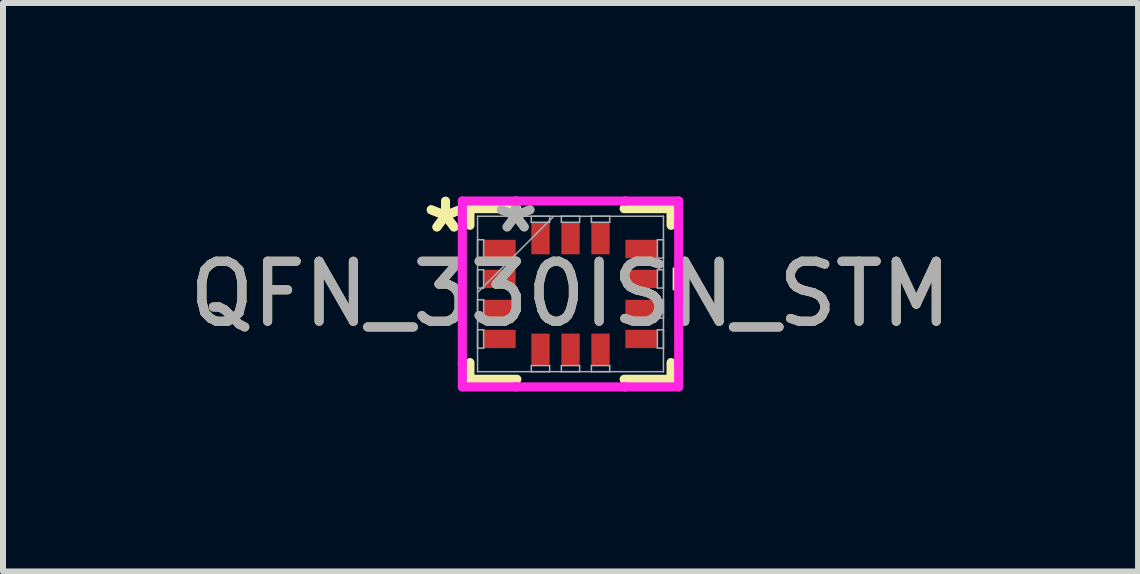
<source format=kicad_pcb>
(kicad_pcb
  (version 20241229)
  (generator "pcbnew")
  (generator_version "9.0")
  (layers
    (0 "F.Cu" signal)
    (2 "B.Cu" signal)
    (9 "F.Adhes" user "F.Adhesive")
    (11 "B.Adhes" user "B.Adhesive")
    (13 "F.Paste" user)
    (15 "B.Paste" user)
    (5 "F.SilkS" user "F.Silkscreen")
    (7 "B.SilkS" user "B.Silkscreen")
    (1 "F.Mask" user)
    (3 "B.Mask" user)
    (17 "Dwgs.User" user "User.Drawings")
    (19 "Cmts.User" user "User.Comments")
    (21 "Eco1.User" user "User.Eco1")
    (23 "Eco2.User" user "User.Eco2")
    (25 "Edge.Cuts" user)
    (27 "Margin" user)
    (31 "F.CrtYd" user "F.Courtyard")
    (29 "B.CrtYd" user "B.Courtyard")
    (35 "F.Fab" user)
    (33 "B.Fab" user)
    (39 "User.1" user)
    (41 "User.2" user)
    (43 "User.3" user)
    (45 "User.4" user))
  (footprint "QFN_330ISN_STM"
    (layer "F.Cu")
    (at 6.458 1.849)
    (property "Reference" "QFN_330ISN_STM" (at 0 0 0) (unlocked yes) (layer "F.SilkS") (effects (font (size 1 1) (thickness 0.15))))
    (attr smd)
    (fp_line (start -1.676 -1.422) (end -1.676 -1.144) (stroke (width 0.152) (type solid)) (layer "F.SilkS"))
    (fp_line (start -1.676 1.144) (end -1.676 1.422) (stroke (width 0.152) (type solid)) (layer "F.SilkS"))
    (fp_line (start -1.676 1.422) (end -0.894 1.422) (stroke (width 0.152) (type solid)) (layer "F.SilkS"))
    (fp_line (start -0.894 -1.422) (end -1.676 -1.422) (stroke (width 0.152) (type solid)) (layer "F.SilkS"))
    (fp_line (start 0.894 1.422) (end 1.676 1.422) (stroke (width 0.152) (type solid)) (layer "F.SilkS"))
    (fp_line (start 1.676 -1.422) (end 0.894 -1.422) (stroke (width 0.152) (type solid)) (layer "F.SilkS"))
    (fp_line (start 1.676 -1.144) (end 1.676 -1.422) (stroke (width 0.152) (type solid)) (layer "F.SilkS"))
    (fp_line (start 1.676 1.422) (end 1.676 1.144) (stroke (width 0.152) (type solid)) (layer "F.SilkS"))
    (fp_poly (pts (xy 1.956 -0.441) (xy 1.956 -0.06) (xy 1.702 -0.06) (xy 1.702 -0.441)) (stroke (width 0) (type solid)) (fill yes) (layer "F.SilkS"))
    (fp_line (start -1.803 -1.549) (end -0.907 -1.549) (stroke (width 0.152) (type solid)) (layer "F.CrtYd"))
    (fp_line (start -1.803 -1.157) (end -1.803 -1.549) (stroke (width 0.152) (type solid)) (layer "F.CrtYd"))
    (fp_line (start -1.803 -1.157) (end -1.803 -1.157) (stroke (width 0.152) (type solid)) (layer "F.CrtYd"))
    (fp_line (start -1.803 1.157) (end -1.803 -1.157) (stroke (width 0.152) (type solid)) (layer "F.CrtYd"))
    (fp_line (start -1.803 1.157) (end -1.803 1.157) (stroke (width 0.152) (type solid)) (layer "F.CrtYd"))
    (fp_line (start -1.803 1.549) (end -1.803 1.157) (stroke (width 0.152) (type solid)) (layer "F.CrtYd"))
    (fp_line (start -0.907 -1.549) (end -0.907 -1.549) (stroke (width 0.152) (type solid)) (layer "F.CrtYd"))
    (fp_line (start -0.907 -1.549) (end 0.907 -1.549) (stroke (width 0.152) (type solid)) (layer "F.CrtYd"))
    (fp_line (start -0.907 1.549) (end -1.803 1.549) (stroke (width 0.152) (type solid)) (layer "F.CrtYd"))
    (fp_line (start -0.907 1.549) (end -0.907 1.549) (stroke (width 0.152) (type solid)) (layer "F.CrtYd"))
    (fp_line (start 0.907 -1.549) (end 0.907 -1.549) (stroke (width 0.152) (type solid)) (layer "F.CrtYd"))
    (fp_line (start 0.907 -1.549) (end 1.803 -1.549) (stroke (width 0.152) (type solid)) (layer "F.CrtYd"))
    (fp_line (start 0.907 1.549) (end -0.907 1.549) (stroke (width 0.152) (type solid)) (layer "F.CrtYd"))
    (fp_line (start 0.907 1.549) (end 0.907 1.549) (stroke (width 0.152) (type solid)) (layer "F.CrtYd"))
    (fp_line (start 1.803 -1.549) (end 1.803 -1.157) (stroke (width 0.152) (type solid)) (layer "F.CrtYd"))
    (fp_line (start 1.803 -1.157) (end 1.803 -1.157) (stroke (width 0.152) (type solid)) (layer "F.CrtYd"))
    (fp_line (start 1.803 -1.157) (end 1.803 1.157) (stroke (width 0.152) (type solid)) (layer "F.CrtYd"))
    (fp_line (start 1.803 1.157) (end 1.803 1.157) (stroke (width 0.152) (type solid)) (layer "F.CrtYd"))
    (fp_line (start 1.803 1.157) (end 1.803 1.549) (stroke (width 0.152) (type solid)) (layer "F.CrtYd"))
    (fp_line (start 1.803 1.549) (end 0.907 1.549) (stroke (width 0.152) (type solid)) (layer "F.CrtYd"))
    (fp_line (start -1.549 -1.295) (end -1.549 -1.295) (stroke (width 0.025) (type solid)) (layer "F.Fab"))
    (fp_line (start -1.549 -1.295) (end -1.549 1.295) (stroke (width 0.025) (type solid)) (layer "F.Fab"))
    (fp_line (start -1.549 -0.903) (end -1.448 -0.903) (stroke (width 0.025) (type solid)) (layer "F.Fab"))
    (fp_line (start -1.549 -0.598) (end -1.549 -0.903) (stroke (width 0.025) (type solid)) (layer "F.Fab"))
    (fp_line (start -1.549 -0.402) (end -1.448 -0.402) (stroke (width 0.025) (type solid)) (layer "F.Fab"))
    (fp_line (start -1.549 -0.098) (end -1.549 -0.402) (stroke (width 0.025) (type solid)) (layer "F.Fab"))
    (fp_line (start -1.549 -0.025) (end -0.279 -1.295) (stroke (width 0.025) (type solid)) (layer "F.Fab"))
    (fp_line (start -1.549 0.098) (end -1.448 0.098) (stroke (width 0.025) (type solid)) (layer "F.Fab"))
    (fp_line (start -1.549 0.402) (end -1.549 0.098) (stroke (width 0.025) (type solid)) (layer "F.Fab"))
    (fp_line (start -1.549 0.598) (end -1.448 0.598) (stroke (width 0.025) (type solid)) (layer "F.Fab"))
    (fp_line (start -1.549 0.903) (end -1.549 0.598) (stroke (width 0.025) (type solid)) (layer "F.Fab"))
    (fp_line (start -1.549 1.295) (end -1.549 1.295) (stroke (width 0.025) (type solid)) (layer "F.Fab"))
    (fp_line (start -1.549 1.295) (end 1.549 1.295) (stroke (width 0.025) (type solid)) (layer "F.Fab"))
    (fp_line (start -1.448 -0.903) (end -1.448 -0.598) (stroke (width 0.025) (type solid)) (layer "F.Fab"))
    (fp_line (start -1.448 -0.598) (end -1.549 -0.598) (stroke (width 0.025) (type solid)) (layer "F.Fab"))
    (fp_line (start -1.448 -0.402) (end -1.448 -0.098) (stroke (width 0.025) (type solid)) (layer "F.Fab"))
    (fp_line (start -1.448 -0.098) (end -1.549 -0.098) (stroke (width 0.025) (type solid)) (layer "F.Fab"))
    (fp_line (start -1.448 0.098) (end -1.448 0.402) (stroke (width 0.025) (type solid)) (layer "F.Fab"))
    (fp_line (start -1.448 0.402) (end -1.549 0.402) (stroke (width 0.025) (type solid)) (layer "F.Fab"))
    (fp_line (start -1.448 0.598) (end -1.448 0.903) (stroke (width 0.025) (type solid)) (layer "F.Fab"))
    (fp_line (start -1.448 0.903) (end -1.549 0.903) (stroke (width 0.025) (type solid)) (layer "F.Fab"))
    (fp_line (start -0.653 -1.295) (end -0.348 -1.295) (stroke (width 0.025) (type solid)) (layer "F.Fab"))
    (fp_line (start -0.653 -1.194) (end -0.653 -1.295) (stroke (width 0.025) (type solid)) (layer "F.Fab"))
    (fp_line (start -0.653 1.194) (end -0.348 1.194) (stroke (width 0.025) (type solid)) (layer "F.Fab"))
    (fp_line (start -0.653 1.295) (end -0.653 1.194) (stroke (width 0.025) (type solid)) (layer "F.Fab"))
    (fp_line (start -0.348 -1.295) (end -0.348 -1.194) (stroke (width 0.025) (type solid)) (layer "F.Fab"))
    (fp_line (start -0.348 -1.194) (end -0.653 -1.194) (stroke (width 0.025) (type solid)) (layer "F.Fab"))
    (fp_line (start -0.348 1.194) (end -0.348 1.295) (stroke (width 0.025) (type solid)) (layer "F.Fab"))
    (fp_line (start -0.348 1.295) (end -0.653 1.295) (stroke (width 0.025) (type solid)) (layer "F.Fab"))
    (fp_line (start -0.152 -1.295) (end 0.152 -1.295) (stroke (width 0.025) (type solid)) (layer "F.Fab"))
    (fp_line (start -0.152 -1.194) (end -0.152 -1.295) (stroke (width 0.025) (type solid)) (layer "F.Fab"))
    (fp_line (start -0.152 1.194) (end 0.152 1.194) (stroke (width 0.025) (type solid)) (layer "F.Fab"))
    (fp_line (start -0.152 1.295) (end -0.152 1.194) (stroke (width 0.025) (type solid)) (layer "F.Fab"))
    (fp_line (start 0.152 -1.295) (end 0.152 -1.194) (stroke (width 0.025) (type solid)) (layer "F.Fab"))
    (fp_line (start 0.152 -1.194) (end -0.152 -1.194) (stroke (width 0.025) (type solid)) (layer "F.Fab"))
    (fp_line (start 0.152 1.194) (end 0.152 1.295) (stroke (width 0.025) (type solid)) (layer "F.Fab"))
    (fp_line (start 0.152 1.295) (end -0.152 1.295) (stroke (width 0.025) (type solid)) (layer "F.Fab"))
    (fp_line (start 0.348 -1.295) (end 0.653 -1.295) (stroke (width 0.025) (type solid)) (layer "F.Fab"))
    (fp_line (start 0.348 -1.194) (end 0.348 -1.295) (stroke (width 0.025) (type solid)) (layer "F.Fab"))
    (fp_line (start 0.348 1.194) (end 0.653 1.194) (stroke (width 0.025) (type solid)) (layer "F.Fab"))
    (fp_line (start 0.348 1.295) (end 0.348 1.194) (stroke (width 0.025) (type solid)) (layer "F.Fab"))
    (fp_line (start 0.653 -1.295) (end 0.653 -1.194) (stroke (width 0.025) (type solid)) (layer "F.Fab"))
    (fp_line (start 0.653 -1.194) (end 0.348 -1.194) (stroke (width 0.025) (type solid)) (layer "F.Fab"))
    (fp_line (start 0.653 1.194) (end 0.653 1.295) (stroke (width 0.025) (type solid)) (layer "F.Fab"))
    (fp_line (start 0.653 1.295) (end 0.348 1.295) (stroke (width 0.025) (type solid)) (layer "F.Fab"))
    (fp_line (start 1.448 -0.903) (end 1.549 -0.903) (stroke (width 0.025) (type solid)) (layer "F.Fab"))
    (fp_line (start 1.448 -0.598) (end 1.448 -0.903) (stroke (width 0.025) (type solid)) (layer "F.Fab"))
    (fp_line (start 1.448 -0.402) (end 1.549 -0.402) (stroke (width 0.025) (type solid)) (layer "F.Fab"))
    (fp_line (start 1.448 -0.098) (end 1.448 -0.402) (stroke (width 0.025) (type solid)) (layer "F.Fab"))
    (fp_line (start 1.448 0.098) (end 1.549 0.098) (stroke (width 0.025) (type solid)) (layer "F.Fab"))
    (fp_line (start 1.448 0.402) (end 1.448 0.098) (stroke (width 0.025) (type solid)) (layer "F.Fab"))
    (fp_line (start 1.448 0.598) (end 1.549 0.598) (stroke (width 0.025) (type solid)) (layer "F.Fab"))
    (fp_line (start 1.448 0.903) (end 1.448 0.598) (stroke (width 0.025) (type solid)) (layer "F.Fab"))
    (fp_line (start 1.549 -1.295) (end -1.549 -1.295) (stroke (width 0.025) (type solid)) (layer "F.Fab"))
    (fp_line (start 1.549 -1.295) (end 1.549 -1.295) (stroke (width 0.025) (type solid)) (layer "F.Fab"))
    (fp_line (start 1.549 -0.903) (end 1.549 -0.598) (stroke (width 0.025) (type solid)) (layer "F.Fab"))
    (fp_line (start 1.549 -0.598) (end 1.448 -0.598) (stroke (width 0.025) (type solid)) (layer "F.Fab"))
    (fp_line (start 1.549 -0.402) (end 1.549 -0.098) (stroke (width 0.025) (type solid)) (layer "F.Fab"))
    (fp_line (start 1.549 -0.098) (end 1.448 -0.098) (stroke (width 0.025) (type solid)) (layer "F.Fab"))
    (fp_line (start 1.549 0.098) (end 1.549 0.402) (stroke (width 0.025) (type solid)) (layer "F.Fab"))
    (fp_line (start 1.549 0.402) (end 1.448 0.402) (stroke (width 0.025) (type solid)) (layer "F.Fab"))
    (fp_line (start 1.549 0.598) (end 1.549 0.903) (stroke (width 0.025) (type solid)) (layer "F.Fab"))
    (fp_line (start 1.549 0.903) (end 1.448 0.903) (stroke (width 0.025) (type solid)) (layer "F.Fab"))
    (fp_line (start 1.549 1.295) (end 1.549 -1.295) (stroke (width 0.025) (type solid)) (layer "F.Fab"))
    (fp_line (start 1.549 1.295) (end 1.549 1.295) (stroke (width 0.025) (type solid)) (layer "F.Fab"))
    (fp_text user "*" (at -2.083 -1 0) (unlocked yes) (layer "F.SilkS") (effects (font (size 1 1) (thickness 0.15))))
    (fp_text user "*" (at -2.083 -1 0) (layer "F.SilkS") (effects (font (size 1 1) (thickness 0.15))))
    (fp_text user "*" (at -0.914 -1 0) (layer "F.Fab") (effects (font (size 1 1) (thickness 0.15))))
    (fp_text user "*" (at -0.914 -1 0) (unlocked yes) (layer "F.Fab") (effects (font (size 1 1) (thickness 0.15))))
    (fp_text user "${REFERENCE}" (at 0 0 0) (unlocked yes) (layer "F.Fab") (effects (font (size 1 1) (thickness 0.15))))
    (pad "1" smd rect (at -1.181 -0.75 90) (size 0.305 0.533) (layers "F.Cu" "F.Mask" "F.Paste"))
    (pad "2" smd rect (at -1.181 -0.25 90) (size 0.305 0.533) (layers "F.Cu" "F.Mask" "F.Paste"))
    (pad "3" smd rect (at -1.181 0.25 90) (size 0.305 0.533) (layers "F.Cu" "F.Mask" "F.Paste"))
    (pad "4" smd rect (at -1.181 0.75 90) (size 0.305 0.533) (layers "F.Cu" "F.Mask" "F.Paste"))
    (pad "5" smd rect (at -0.5 0.927) (size 0.305 0.533) (layers "F.Cu" "F.Mask" "F.Paste"))
    (pad "6" smd rect (at 0 0.927) (size 0.305 0.533) (layers "F.Cu" "F.Mask" "F.Paste"))
    (pad "7" smd rect (at 0.5 0.927) (size 0.305 0.533) (layers "F.Cu" "F.Mask" "F.Paste"))
    (pad "8" smd rect (at 1.181 0.75 90) (size 0.305 0.533) (layers "F.Cu" "F.Mask" "F.Paste"))
    (pad "9" smd rect (at 1.181 0.25 90) (size 0.305 0.533) (layers "F.Cu" "F.Mask" "F.Paste"))
    (pad "10" smd rect (at 1.181 -0.25 90) (size 0.305 0.533) (layers "F.Cu" "F.Mask" "F.Paste"))
    (pad "11" smd rect (at 1.181 -0.75 90) (size 0.305 0.533) (layers "F.Cu" "F.Mask" "F.Paste"))
    (pad "12" smd rect (at 0.5 -0.927) (size 0.305 0.533) (layers "F.Cu" "F.Mask" "F.Paste"))
    (pad "13" smd rect (at 0 -0.927) (size 0.305 0.533) (layers "F.Cu" "F.Mask" "F.Paste"))
    (pad "14" smd rect (at -0.5 -0.927) (size 0.305 0.533) (layers "F.Cu" "F.Mask" "F.Paste")))
  (gr_rect
    (start -3 -3)
    (end 15.917 6.474)
    (stroke (width 0.1) (type default))
    (fill no)
    (layer "Edge.Cuts")))
</source>
